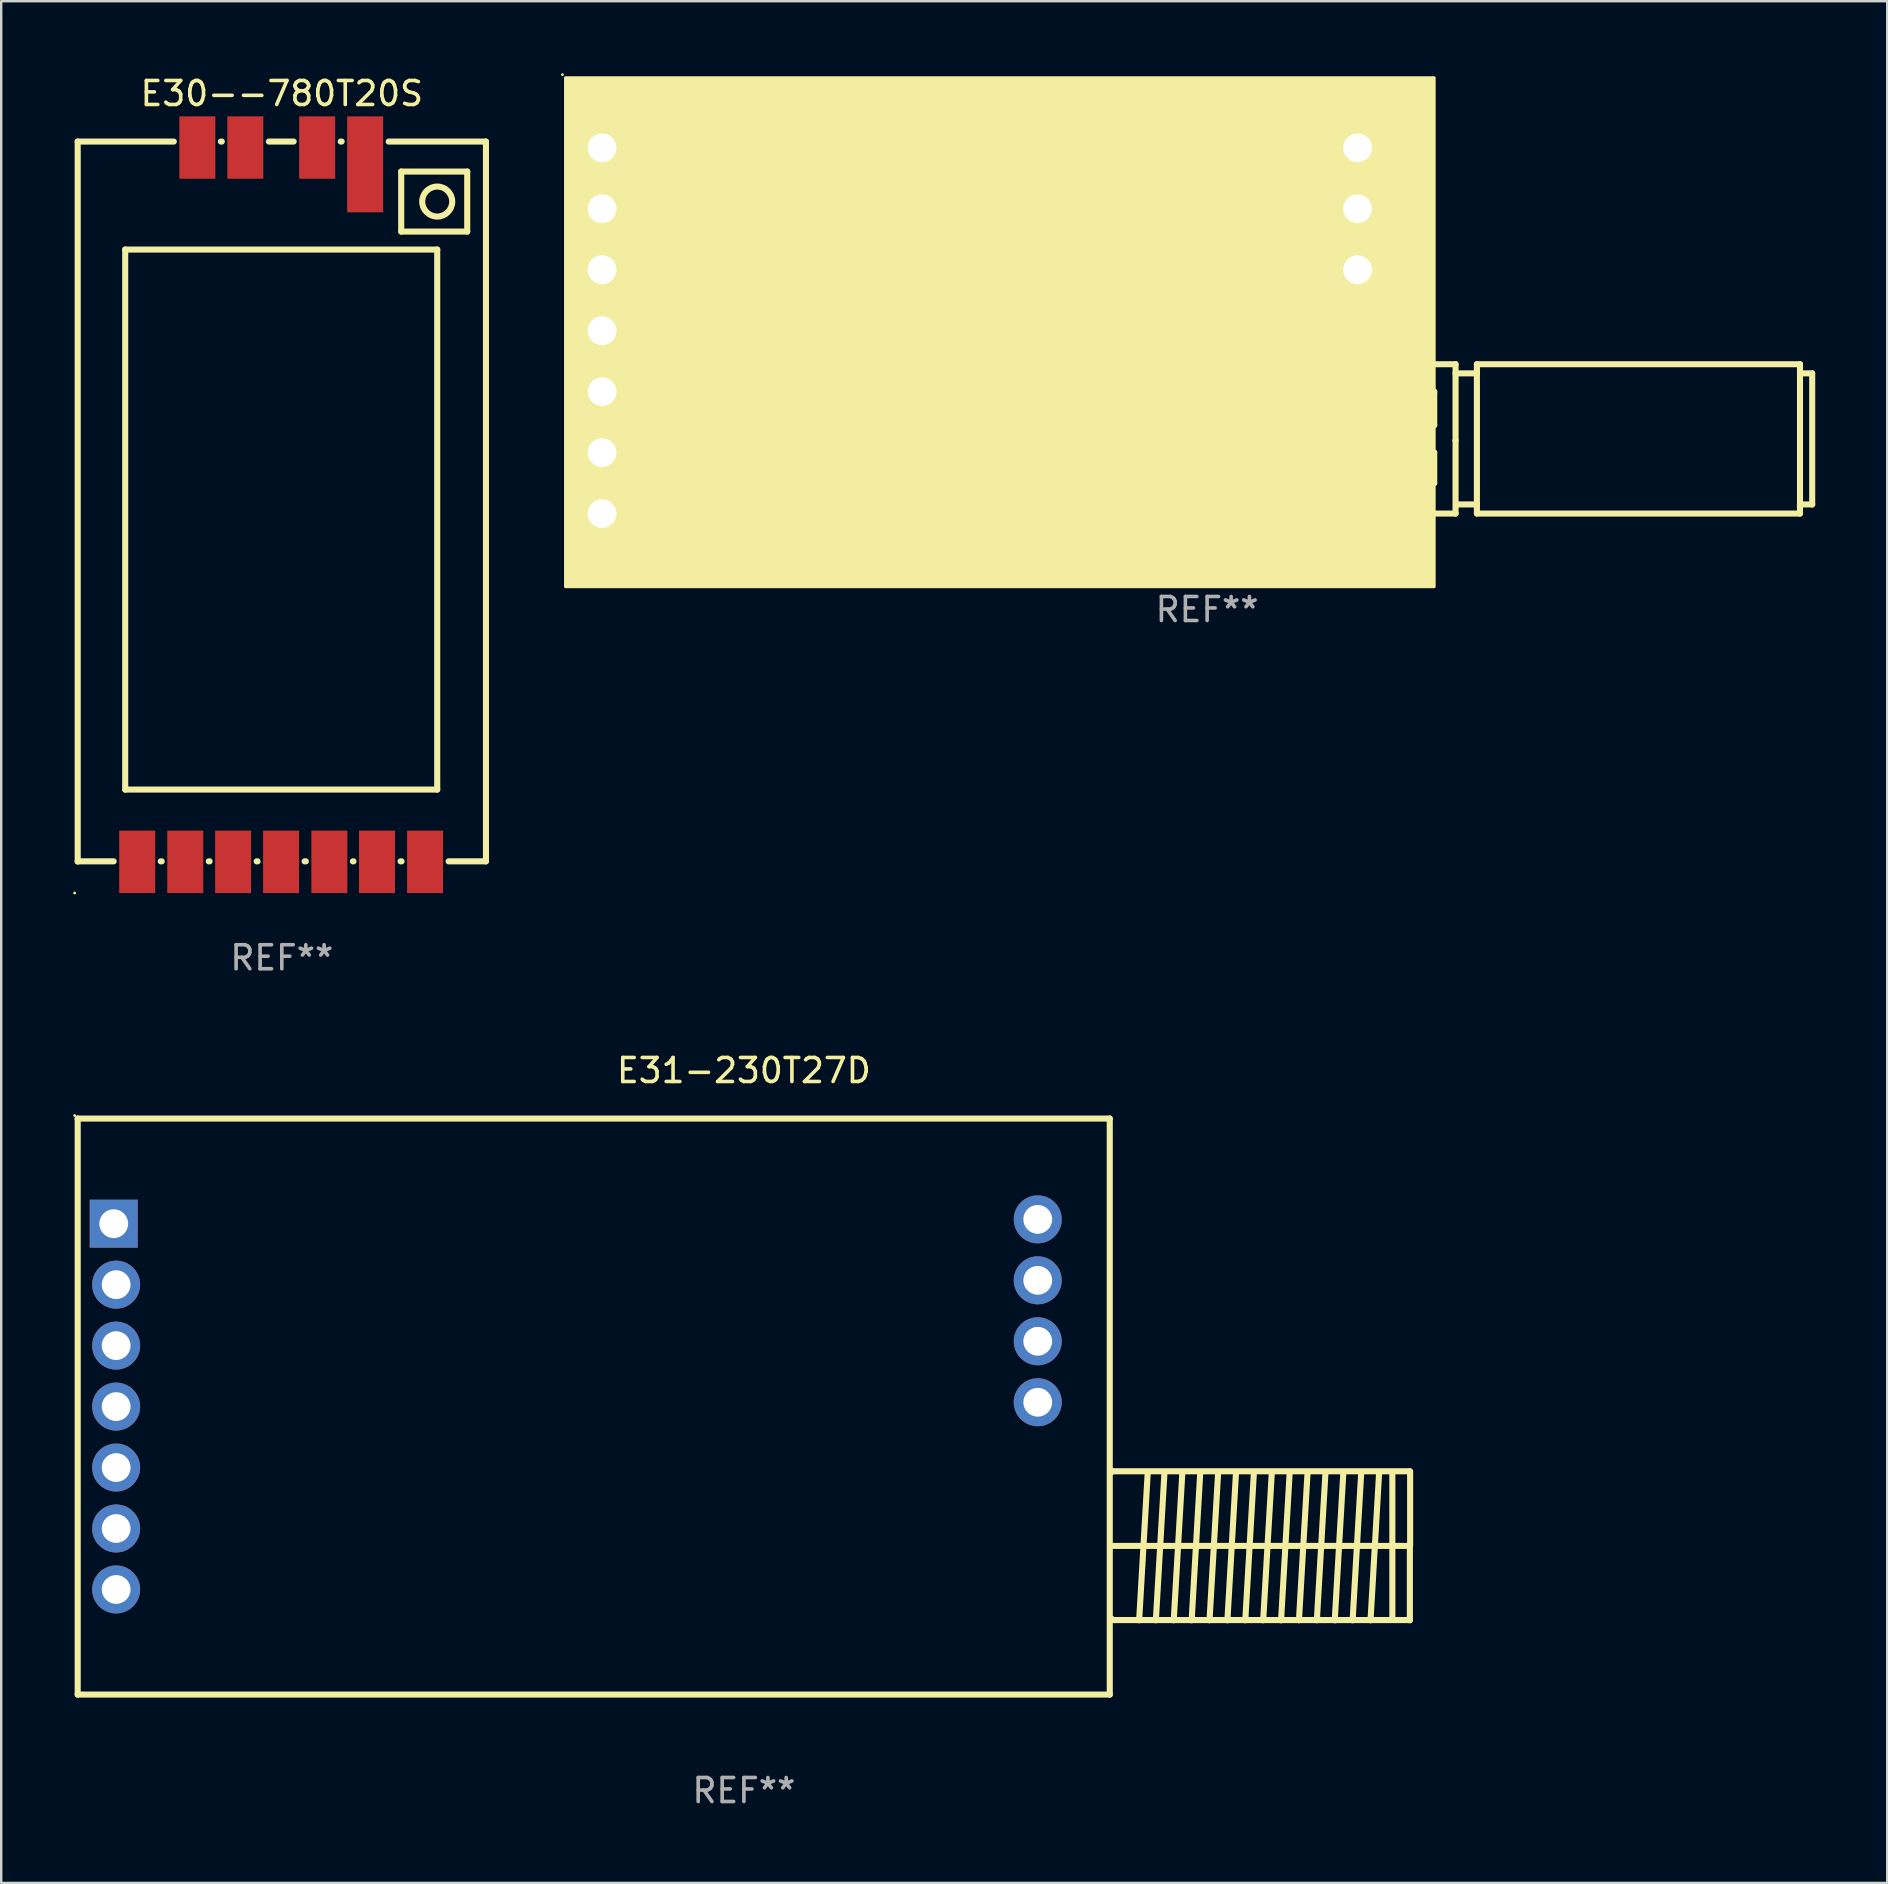
<source format=kicad_pcb>
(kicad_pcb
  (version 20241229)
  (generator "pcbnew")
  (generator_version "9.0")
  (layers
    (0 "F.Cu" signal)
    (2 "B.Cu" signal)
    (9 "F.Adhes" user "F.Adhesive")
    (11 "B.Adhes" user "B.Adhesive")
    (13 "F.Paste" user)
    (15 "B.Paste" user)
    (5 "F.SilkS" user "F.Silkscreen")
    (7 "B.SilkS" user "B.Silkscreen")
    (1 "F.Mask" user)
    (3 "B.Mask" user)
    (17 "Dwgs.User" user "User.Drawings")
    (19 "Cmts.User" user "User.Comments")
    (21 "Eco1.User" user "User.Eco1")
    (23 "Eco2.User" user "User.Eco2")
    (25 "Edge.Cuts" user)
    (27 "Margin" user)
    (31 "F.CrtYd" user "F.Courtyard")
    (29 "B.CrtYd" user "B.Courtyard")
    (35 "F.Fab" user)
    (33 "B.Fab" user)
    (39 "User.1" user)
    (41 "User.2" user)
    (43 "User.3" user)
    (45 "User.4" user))
  (footprint "E31-230T17D"
    (layer "F.Cu")
    (at 47.245 10.728)
    (property "Reference" "E31-230T17D" (at 0 -9.62 0) (layer "F.SilkS") (effects (font (size 1 1) (thickness 0.15))))
    (attr through_hole)
    (fp_line (start 5.271 1.397) (end 10.351 1.397) (stroke (width 0.254) (type solid)) (layer "F.SilkS"))
    (fp_line (start 5.271 2.54) (end 5.271 1.397) (stroke (width 0.254) (type solid)) (layer "F.SilkS"))
    (fp_line (start 5.271 3.937) (end 9.462 3.937) (stroke (width 0.254) (type solid)) (layer "F.SilkS"))
    (fp_line (start 5.271 5.08) (end 5.271 3.937) (stroke (width 0.254) (type solid)) (layer "F.SilkS"))
    (fp_line (start 5.271 6.35) (end 9.462 6.35) (stroke (width 0.254) (type solid)) (layer "F.SilkS"))
    (fp_line (start 5.271 7.62) (end 5.271 6.35) (stroke (width 0.254) (type solid)) (layer "F.SilkS"))
    (fp_line (start 9.462 2.54) (end 5.271 2.54) (stroke (width 0.254) (type solid)) (layer "F.SilkS"))
    (fp_line (start 9.462 3.937) (end 9.462 2.54) (stroke (width 0.254) (type solid)) (layer "F.SilkS"))
    (fp_line (start 9.462 5.08) (end 5.271 5.08) (stroke (width 0.254) (type solid)) (layer "F.SilkS"))
    (fp_line (start 9.462 6.35) (end 9.462 5.08) (stroke (width 0.254) (type solid)) (layer "F.SilkS"))
    (fp_line (start 10.351 1.778) (end 11.24 1.778) (stroke (width 0.254) (type solid)) (layer "F.SilkS"))
    (fp_line (start 10.351 4.572) (end 10.351 1.397) (stroke (width 0.254) (type solid)) (layer "F.SilkS"))
    (fp_line (start 10.351 4.572) (end 10.351 7.62) (stroke (width 0.254) (type solid)) (layer "F.SilkS"))
    (fp_line (start 10.351 7.62) (end 5.271 7.62) (stroke (width 0.254) (type solid)) (layer "F.SilkS"))
    (fp_line (start 11.24 1.397) (end 24.702 1.397) (stroke (width 0.254) (type solid)) (layer "F.SilkS"))
    (fp_line (start 11.24 1.651) (end 11.24 7.239) (stroke (width 0.254) (type solid)) (layer "F.SilkS"))
    (fp_line (start 11.24 1.778) (end 11.24 1.397) (stroke (width 0.254) (type solid)) (layer "F.SilkS"))
    (fp_line (start 11.24 7.239) (end 10.478 7.239) (stroke (width 0.254) (type solid)) (layer "F.SilkS"))
    (fp_line (start 11.24 7.62) (end 11.24 7.239) (stroke (width 0.254) (type solid)) (layer "F.SilkS"))
    (fp_line (start 24.702 1.397) (end 24.702 1.778) (stroke (width 0.254) (type solid)) (layer "F.SilkS"))
    (fp_line (start 24.702 1.778) (end 25.21 1.778) (stroke (width 0.254) (type solid)) (layer "F.SilkS"))
    (fp_line (start 24.702 7.239) (end 24.702 7.62) (stroke (width 0.254) (type solid)) (layer "F.SilkS"))
    (fp_line (start 24.702 7.366) (end 24.702 1.778) (stroke (width 0.254) (type solid)) (layer "F.SilkS"))
    (fp_line (start 24.702 7.62) (end 11.24 7.62) (stroke (width 0.254) (type solid)) (layer "F.SilkS"))
    (fp_line (start 25.21 1.778) (end 25.21 7.239) (stroke (width 0.254) (type solid)) (layer "F.SilkS"))
    (fp_line (start 25.21 7.239) (end 24.702 7.239) (stroke (width 0.254) (type solid)) (layer "F.SilkS"))
    (fp_circle (center -26.861 -10.668) (end -26.831 -10.668) (stroke (width 0.06) (type solid)) (fill no) (layer "F.SilkS"))
    (fp_poly (pts (xy -26.734 -10.541) (xy 9.462 -10.541) (xy 9.462 10.668) (xy -26.734 10.668)) (stroke (width 0.12) (type solid)) (fill yes) (layer "F.SilkS"))
    (fp_text user "REF**" (at 0 11.62 0) (layer "F.Fab") (effects (font (size 1 1) (thickness 0.15))))
    (pad "1" thru_hole rect (at -25.21 -7.62) (size 2 2) (drill 1.2) (layers "*.Cu" "*.Mask"))
    (pad "2" thru_hole circle (at -25.21 -5.08) (size 2 2) (drill 1.2) (layers "*.Cu" "*.Mask"))
    (pad "3" thru_hole circle (at -25.21 -2.54) (size 2 2) (drill 1.2) (layers "*.Cu" "*.Mask"))
    (pad "4" thru_hole circle (at -25.21 0) (size 2 2) (drill 1.2) (layers "*.Cu" "*.Mask"))
    (pad "5" thru_hole circle (at -25.21 2.54) (size 2 2) (drill 1.2) (layers "*.Cu" "*.Mask"))
    (pad "6" thru_hole circle (at -25.21 5.08) (size 2 2) (drill 1.2) (layers "*.Cu" "*.Mask"))
    (pad "7" thru_hole circle (at -25.21 7.62) (size 2 2) (drill 1.2) (layers "*.Cu" "*.Mask"))
    (pad "8" thru_hole circle (at 6.271 -2.54) (size 2 2) (drill 1.2) (layers "*.Cu" "*.Mask"))
    (pad "9" thru_hole circle (at 6.271 -5.08) (size 2 2) (drill 1.2) (layers "*.Cu" "*.Mask"))
    (pad "10" thru_hole circle (at 6.271 -7.62) (size 2 2) (drill 1.2) (layers "*.Cu" "*.Mask")))
  (footprint "E30--780T20S"
    (layer "F.Cu")
    (at 8.692 17.853)
    (property "Reference" "E30--780T20S" (at 0 -17.005 0) (layer "F.SilkS") (effects (font (size 1 1) (thickness 0.15))))
    (attr through_hole)
    (fp_line (start -8.505 14.995) (end -8.505 -15.005) (stroke (width 0.254) (type solid)) (layer "F.SilkS"))
    (fp_line (start -7.006 14.985) (end -8.505 14.985) (stroke (width 0.254) (type solid)) (layer "F.SilkS"))
    (fp_line (start -6.525 -10.505) (end 6.475 -10.505) (stroke (width 0.254) (type solid)) (layer "F.SilkS"))
    (fp_line (start -6.525 11.995) (end -6.525 -10.505) (stroke (width 0.254) (type solid)) (layer "F.SilkS"))
    (fp_line (start -5.005 14.985) (end -5.044 14.985) (stroke (width 0.254) (type solid)) (layer "F.SilkS"))
    (fp_line (start -4.501 -15.005) (end -8.505 -15.005) (stroke (width 0.254) (type solid)) (layer "F.SilkS"))
    (fp_line (start -3.01 14.985) (end -3.043 14.985) (stroke (width 0.254) (type solid)) (layer "F.SilkS"))
    (fp_line (start -2.502 -15.005) (end -2.538 -15.005) (stroke (width 0.254) (type solid)) (layer "F.SilkS"))
    (fp_line (start -1.012 14.985) (end -1.048 14.985) (stroke (width 0.254) (type solid)) (layer "F.SilkS"))
    (fp_line (start 0.492 -15.005) (end -0.539 -15.005) (stroke (width 0.254) (type solid)) (layer "F.SilkS"))
    (fp_line (start 1 14.985) (end 0.95 14.985) (stroke (width 0.254) (type solid)) (layer "F.SilkS"))
    (fp_line (start 2.491 -15.005) (end 2.454 -15.005) (stroke (width 0.254) (type solid)) (layer "F.SilkS"))
    (fp_line (start 2.985 14.985) (end 2.962 14.985) (stroke (width 0.254) (type solid)) (layer "F.SilkS"))
    (fp_line (start 4.975 -13.755) (end 7.725 -13.755) (stroke (width 0.254) (type solid)) (layer "F.SilkS"))
    (fp_line (start 4.975 -11.255) (end 4.975 -13.755) (stroke (width 0.254) (type solid)) (layer "F.SilkS"))
    (fp_line (start 4.988 14.985) (end 4.948 14.985) (stroke (width 0.254) (type solid)) (layer "F.SilkS"))
    (fp_line (start 6.475 -10.505) (end 6.475 11.995) (stroke (width 0.254) (type solid)) (layer "F.SilkS"))
    (fp_line (start 6.475 11.995) (end -6.525 11.995) (stroke (width 0.254) (type solid)) (layer "F.SilkS"))
    (fp_line (start 7.725 -13.755) (end 7.725 -11.255) (stroke (width 0.254) (type solid)) (layer "F.SilkS"))
    (fp_line (start 7.725 -11.255) (end 4.975 -11.255) (stroke (width 0.254) (type solid)) (layer "F.SilkS"))
    (fp_line (start 8.505 -15.005) (end 4.453 -15.005) (stroke (width 0.254) (type solid)) (layer "F.SilkS"))
    (fp_line (start 8.505 14.985) (end 6.95 14.985) (stroke (width 0.254) (type solid)) (layer "F.SilkS"))
    (fp_line (start 8.505 14.985) (end 8.505 -15.005) (stroke (width 0.254) (type solid)) (layer "F.SilkS"))
    (fp_circle (center -8.632 16.305) (end -8.602 16.305) (stroke (width 0.06) (type solid)) (fill no) (layer "F.SilkS"))
    (fp_circle (center 6.475 -12.505) (end 7.1 -12.505) (stroke (width 0.254) (type solid)) (fill no) (layer "F.SilkS"))
    (fp_text user "REF**" (at 0 19.005 0) (layer "F.Fab") (effects (font (size 1 1) (thickness 0.15))))
    (pad "1" smd rect (at -6.025 15.005) (size 1.5 2.6) (layers "F.Cu" "F.Mask" "F.Paste"))
    (pad "2" smd rect (at -4.023 15.005) (size 1.5 2.6) (layers "F.Cu" "F.Mask" "F.Paste"))
    (pad "3" smd rect (at -2.029 15.005) (size 1.5 2.6) (layers "F.Cu" "F.Mask" "F.Paste"))
    (pad "4" smd rect (at -0.031 15.005) (size 1.5 2.6) (layers "F.Cu" "F.Mask" "F.Paste"))
    (pad "5" smd rect (at 1.981 15.005) (size 1.5 2.6) (layers "F.Cu" "F.Mask" "F.Paste"))
    (pad "6" smd rect (at 3.966 15.005) (size 1.5 2.6) (layers "F.Cu" "F.Mask" "F.Paste"))
    (pad "7" smd rect (at 5.969 15.005) (size 1.5 2.6) (layers "F.Cu" "F.Mask" "F.Paste"))
    (pad "8" smd rect (at 3.472 -14.056) (size 1.5 4) (layers "F.Cu" "F.Mask" "F.Paste"))
    (pad "9" smd rect (at 1.473 -14.756) (size 1.5 2.6) (layers "F.Cu" "F.Mask" "F.Paste"))
    (pad "10" smd rect (at -1.52 -14.756) (size 1.5 2.6) (layers "F.Cu" "F.Mask" "F.Paste"))
    (pad "11" smd rect (at -3.519 -14.756) (size 1.5 2.6) (layers "F.Cu" "F.Mask" "F.Paste")))
  (footprint "E31-230T27D"
    (layer "F.Cu")
    (at 27.945 55.555)
    (property "Reference" "E31-230T27D" (at 0 -14 0) (layer "F.SilkS") (effects (font (size 1 1) (thickness 0.15))))
    (attr through_hole)
    (fp_line (start -27.758 -12) (end 15.243 -12) (stroke (width 0.254) (type solid)) (layer "F.SilkS"))
    (fp_line (start -27.758 12) (end 15.243 12) (stroke (width 0.254) (type solid)) (layer "F.SilkS"))
    (fp_line (start -27.758 -12) (end -27.758 12) (stroke (width 0.254) (type solid)) (layer "F.SilkS"))
    (fp_line (start 15.243 -12) (end 15.243 12) (stroke (width 0.254) (type solid)) (layer "F.SilkS"))
    (fp_line (start 15.328 5.805) (end 27.728 5.805) (stroke (width 0.254) (type solid)) (layer "F.SilkS"))
    (fp_line (start 15.358 2.695) (end 15.328 2.725) (stroke (width 0.254) (type solid)) (layer "F.SilkS"))
    (fp_line (start 15.378 8.895) (end 15.328 8.845) (stroke (width 0.254) (type solid)) (layer "F.SilkS"))
    (fp_line (start 16.827 2.725) (end 16.468 8.905) (stroke (width 0.254) (type solid)) (layer "F.SilkS"))
    (fp_line (start 17.524 2.725) (end 17.164 8.905) (stroke (width 0.254) (type solid)) (layer "F.SilkS"))
    (fp_line (start 18.269 2.725) (end 17.909 8.905) (stroke (width 0.254) (type solid)) (layer "F.SilkS"))
    (fp_line (start 19.015 2.725) (end 18.655 8.905) (stroke (width 0.254) (type solid)) (layer "F.SilkS"))
    (fp_line (start 19.76 2.725) (end 19.4 8.905) (stroke (width 0.254) (type solid)) (layer "F.SilkS"))
    (fp_line (start 20.505 2.725) (end 20.145 8.905) (stroke (width 0.254) (type solid)) (layer "F.SilkS"))
    (fp_line (start 21.25 2.725) (end 20.89 8.905) (stroke (width 0.254) (type solid)) (layer "F.SilkS"))
    (fp_line (start 21.996 2.725) (end 21.636 8.905) (stroke (width 0.254) (type solid)) (layer "F.SilkS"))
    (fp_line (start 22.741 2.725) (end 22.381 8.905) (stroke (width 0.254) (type solid)) (layer "F.SilkS"))
    (fp_line (start 23.486 2.725) (end 23.126 8.905) (stroke (width 0.254) (type solid)) (layer "F.SilkS"))
    (fp_line (start 24.232 2.725) (end 23.872 8.905) (stroke (width 0.254) (type solid)) (layer "F.SilkS"))
    (fp_line (start 24.977 2.725) (end 24.617 8.905) (stroke (width 0.254) (type solid)) (layer "F.SilkS"))
    (fp_line (start 25.722 2.725) (end 25.362 8.905) (stroke (width 0.254) (type solid)) (layer "F.SilkS"))
    (fp_line (start 26.468 2.725) (end 26.108 8.905) (stroke (width 0.254) (type solid)) (layer "F.SilkS"))
    (fp_line (start 27.017 2.725) (end 27.017 8.875) (stroke (width 0.254) (type solid)) (layer "F.SilkS"))
    (fp_line (start 27.728 2.695) (end 15.358 2.695) (stroke (width 0.254) (type solid)) (layer "F.SilkS"))
    (fp_line (start 27.747 8.905) (end 27.747 5.805) (stroke (width 0.254) (type solid)) (layer "F.SilkS"))
    (fp_line (start 27.747 8.895) (end 15.378 8.895) (stroke (width 0.254) (type solid)) (layer "F.SilkS"))
    (fp_line (start 27.758 5.795) (end 27.758 2.695) (stroke (width 0.254) (type solid)) (layer "F.SilkS"))
    (fp_circle (center -27.885 -12.127) (end -27.855 -12.127) (stroke (width 0.06) (type solid)) (fill no) (layer "F.SilkS"))
    (fp_text user "REF**" (at 0 16 0) (layer "F.Fab") (effects (font (size 1 1) (thickness 0.15))))
    (pad "1" thru_hole rect (at -26.257 -7.62 90) (size 2 2) (drill 1.2) (layers "*.Cu" "*.Mask"))
    (pad "2" thru_hole circle (at -26.156 -5.08) (size 2 2) (drill 1.2) (layers "*.Cu" "*.Mask"))
    (pad "3" thru_hole circle (at -26.156 -2.54) (size 2 2) (drill 1.2) (layers "*.Cu" "*.Mask"))
    (pad "4" thru_hole circle (at -26.156 0) (size 2 2) (drill 1.2) (layers "*.Cu" "*.Mask"))
    (pad "5" thru_hole circle (at -26.156 2.54) (size 2 2) (drill 1.2) (layers "*.Cu" "*.Mask"))
    (pad "6" thru_hole circle (at -26.156 5.08) (size 2 2) (drill 1.2) (layers "*.Cu" "*.Mask"))
    (pad "7" thru_hole circle (at -26.156 7.62) (size 2 2) (drill 1.2) (layers "*.Cu" "*.Mask"))
    (pad "8" thru_hole circle (at 12.243 -0.18) (size 2 2) (drill 1.2) (layers "*.Cu" "*.Mask"))
    (pad "9" thru_hole circle (at 12.243 -2.72) (size 2 2) (drill 1.2) (layers "*.Cu" "*.Mask"))
    (pad "10" thru_hole circle (at 12.243 -5.26) (size 2 2) (drill 1.2) (layers "*.Cu" "*.Mask"))
    (pad "11" thru_hole circle (at 12.243 -7.8) (size 2 2) (drill 1.2) (layers "*.Cu" "*.Mask")))
  (gr_rect
    (start -3 -3)
    (end 75.581 75.403)
    (stroke (width 0.1) (type default))
    (fill no)
    (layer "Edge.Cuts")))
</source>
